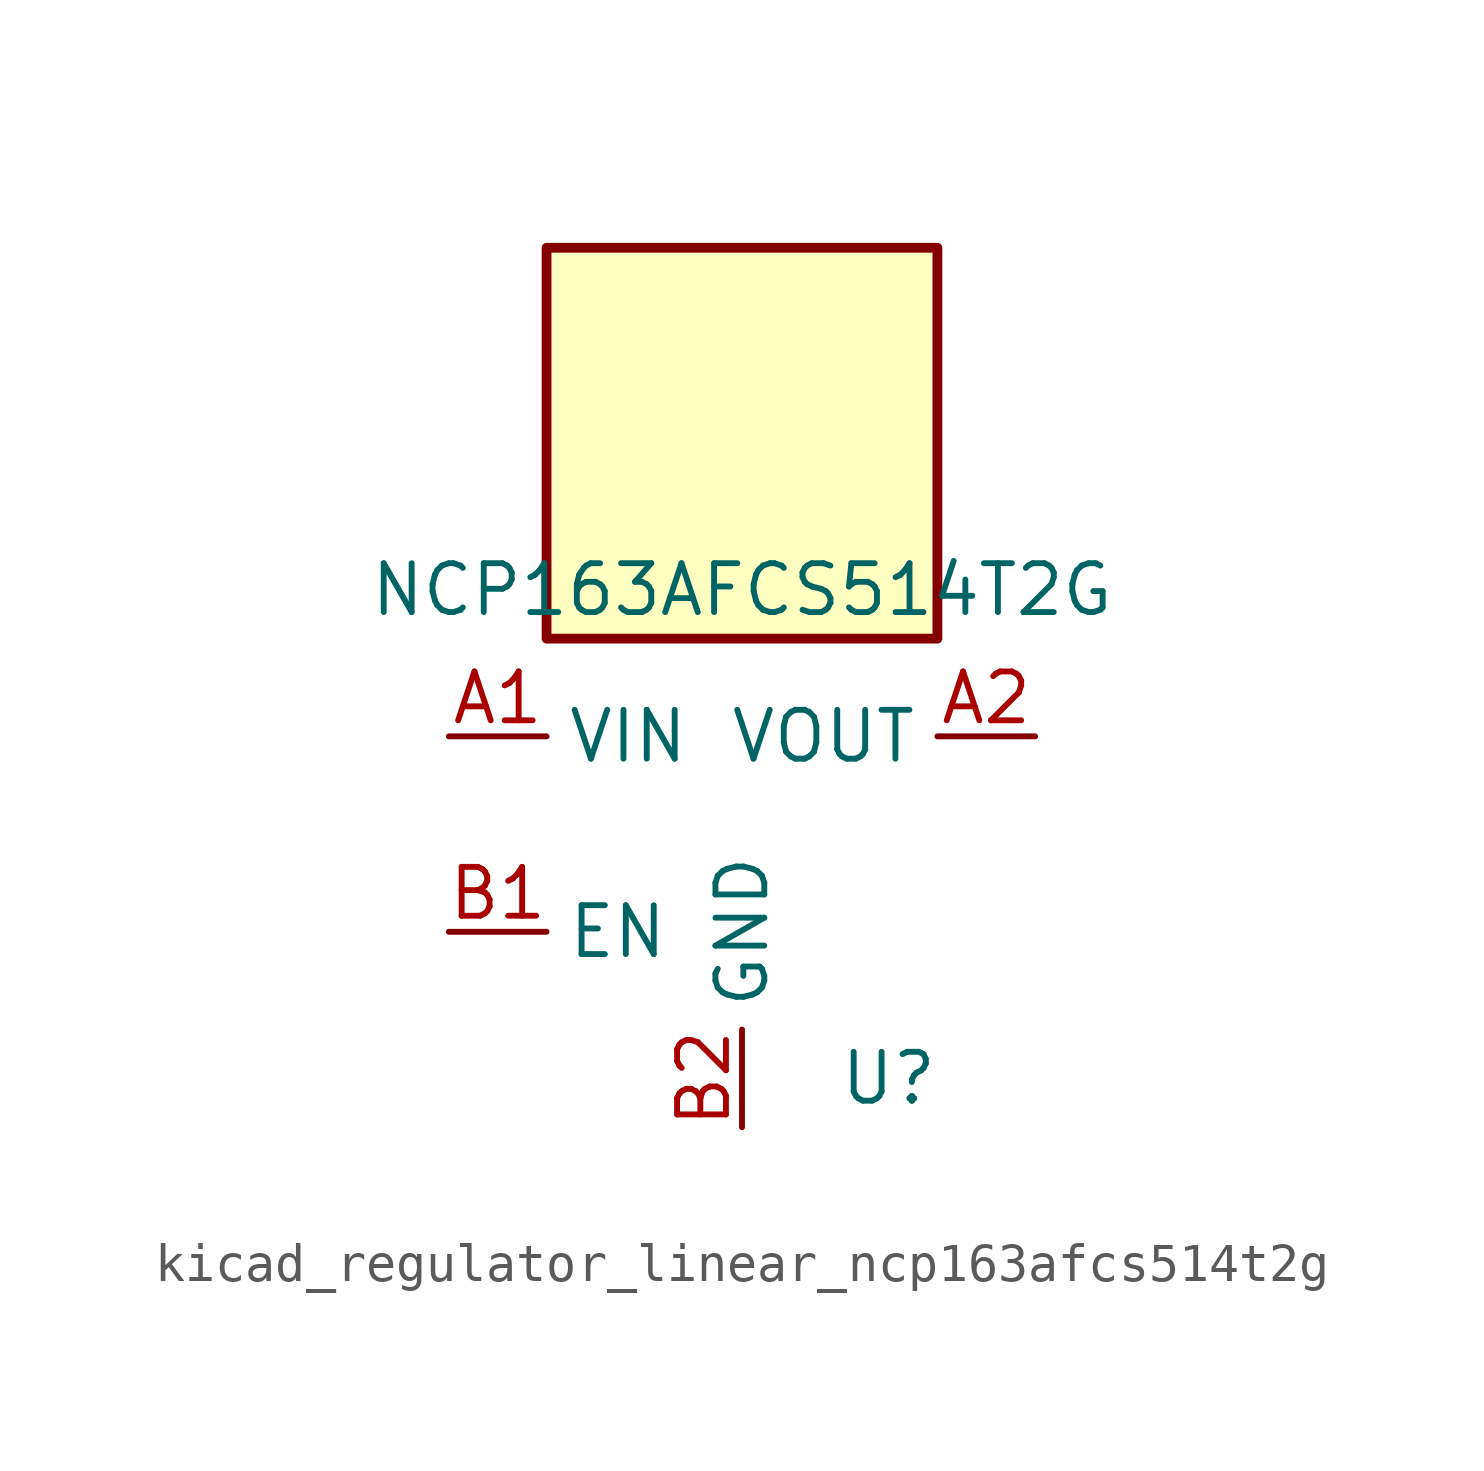
<source format=kicad_sym>
(kicad_symbol_lib
  (version 20220914)
  (generator kicad_symbol_editor)
  (symbol "kicad_regulator_linear_ncp163afcs514t2g"
    (property "Reference" "U"
      (at 3.81 -6.35 0)
      (effects (font (size 1.27 1.27))))
    (property "Value" "NCP163AFCS514T2G"
      (at 0 6.35 0)
      (effects (font (size 1.27 1.27))))
    (symbol "kicad_regulator_linear_ncp163afcs514t2g_0_1"
      (rectangle (start 5.08 15.24) (end -5.08 5.08) (stroke (width 0.254) (type default)) (fill (type background))))
    (symbol "kicad_regulator_linear_ncp163afcs514t2g_1_1"
      (pin power_in line (at -7.62 2.54 0) (length 2.54) (name "VIN" (effects (font (size 1.27 1.27)))) (number "A1" (effects (font (size 1.27 1.27)))))
      (pin power_out line (at 7.62 2.54 180) (length 2.54) (name "VOUT" (effects (font (size 1.27 1.27)))) (number "A2" (effects (font (size 1.27 1.27)))))
      (pin input line (at -7.62 -2.54 0) (length 2.54) (name "EN" (effects (font (size 1.27 1.27)))) (number "B1" (effects (font (size 1.27 1.27)))))
      (pin power_in line (at 0 -7.62 90) (length 2.54) (name "GND" (effects (font (size 1.27 1.27)))) (number "B2" (effects (font (size 1.27 1.27))))))))
</source>
